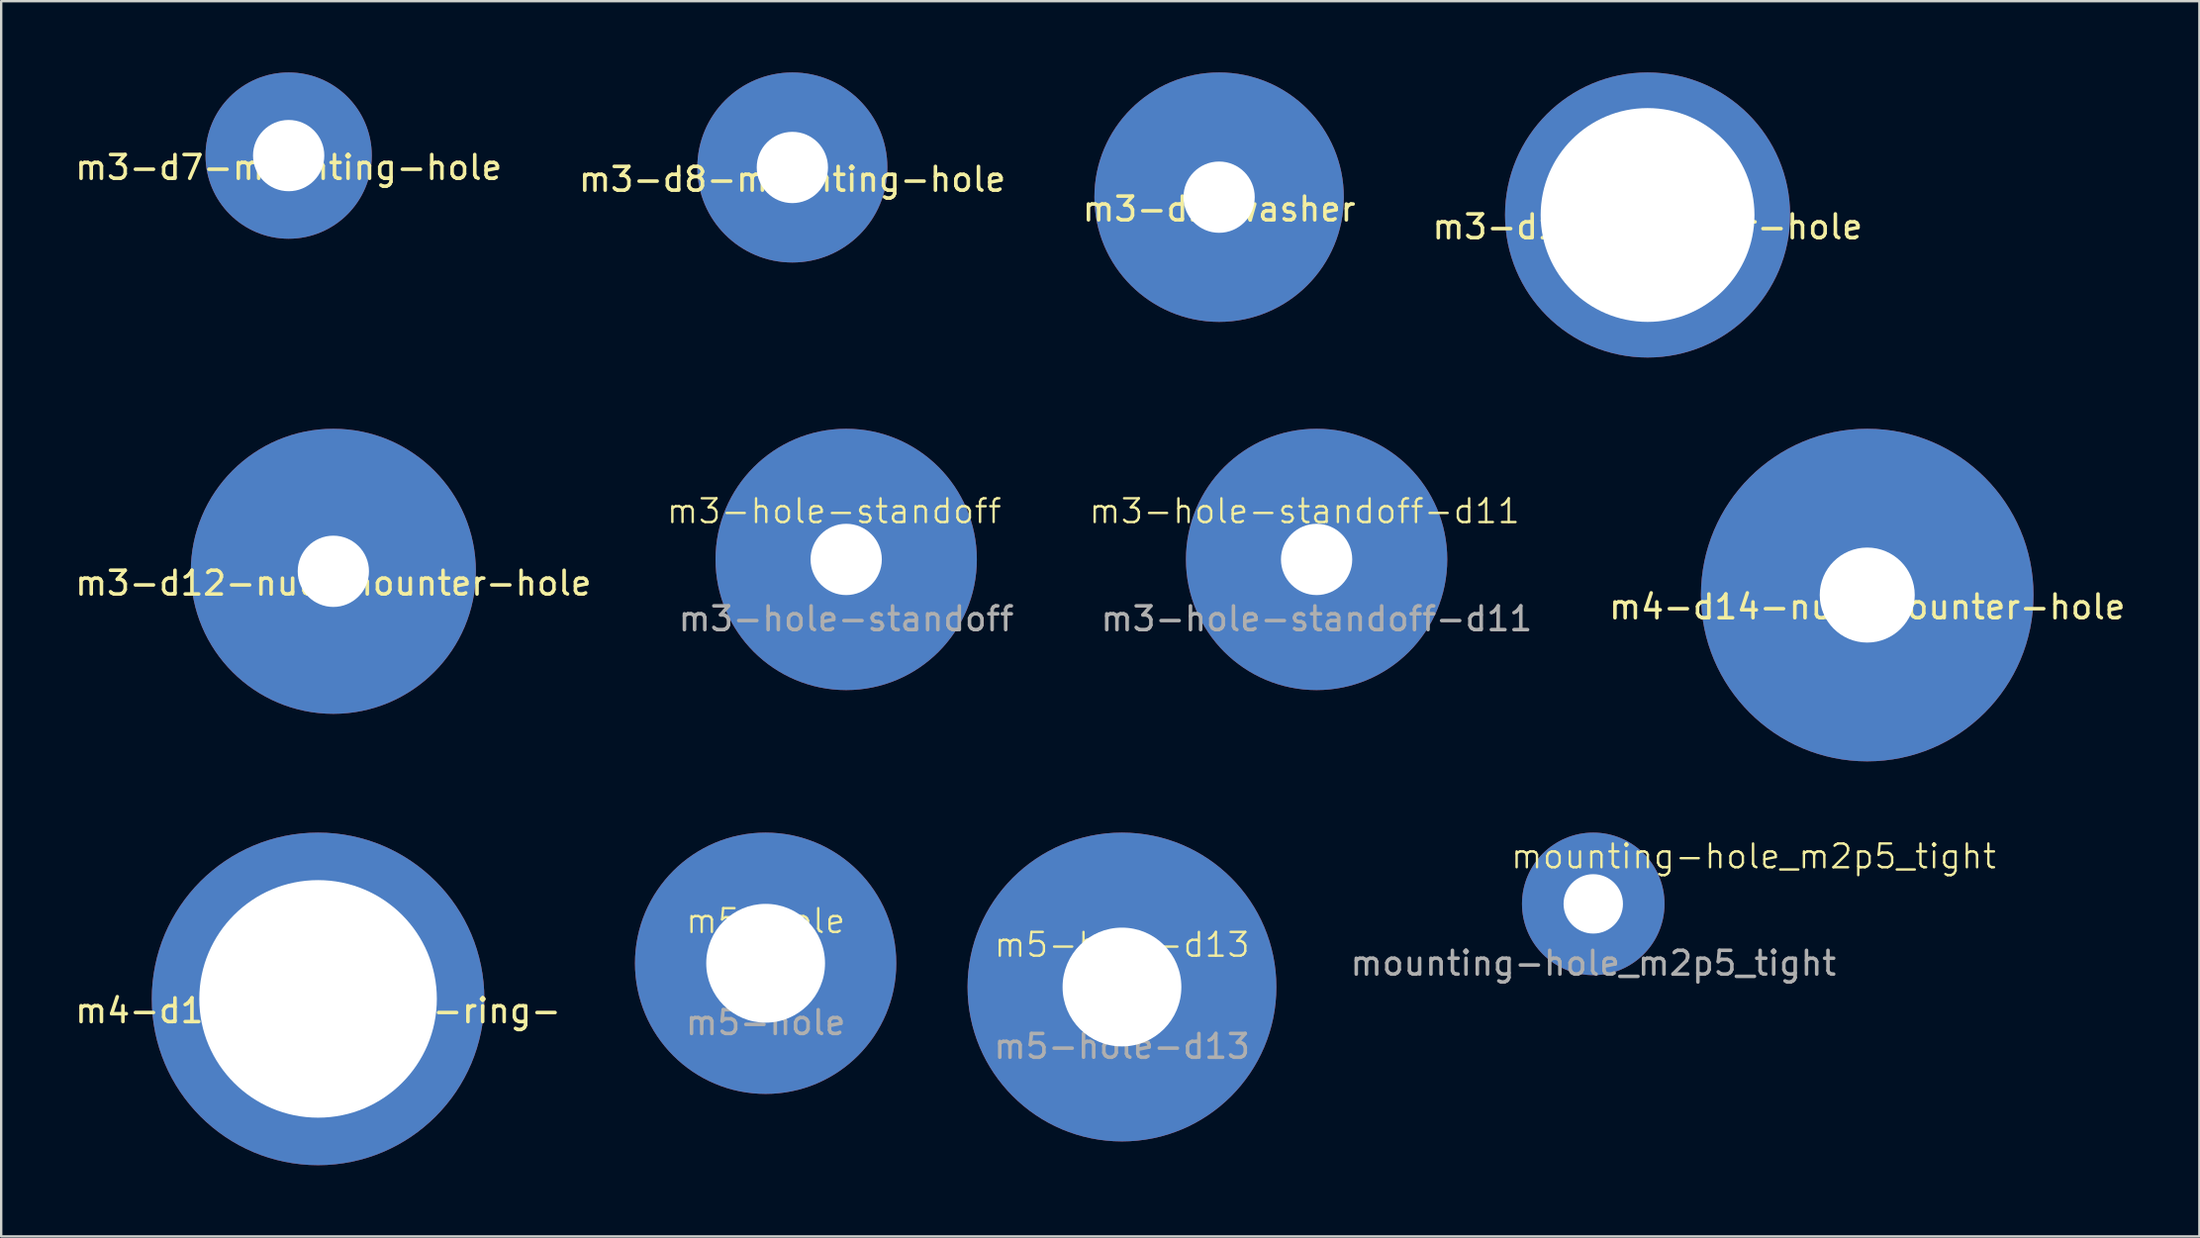
<source format=kicad_pcb>
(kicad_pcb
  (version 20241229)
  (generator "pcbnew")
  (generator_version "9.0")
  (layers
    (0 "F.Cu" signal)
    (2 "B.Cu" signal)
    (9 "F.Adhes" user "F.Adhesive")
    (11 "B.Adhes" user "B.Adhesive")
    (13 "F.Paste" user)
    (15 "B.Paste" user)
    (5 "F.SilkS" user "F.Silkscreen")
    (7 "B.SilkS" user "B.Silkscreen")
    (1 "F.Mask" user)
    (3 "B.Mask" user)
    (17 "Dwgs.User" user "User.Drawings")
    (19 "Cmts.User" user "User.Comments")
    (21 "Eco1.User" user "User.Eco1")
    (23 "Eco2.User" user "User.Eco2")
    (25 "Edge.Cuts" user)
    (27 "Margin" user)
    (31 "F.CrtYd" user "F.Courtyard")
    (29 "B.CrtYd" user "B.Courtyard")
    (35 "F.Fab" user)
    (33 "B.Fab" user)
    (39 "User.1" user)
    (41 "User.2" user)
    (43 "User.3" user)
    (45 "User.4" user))
  (footprint "m3-d12-nut-mounter-hole"
    (layer "F.Cu")
    (at 10.982 21)
    (property "Reference" "m3-d12-nut-mounter-hole" (at 0 0.5 0) (layer "F.SilkS") (effects (font (size 1 1) (thickness 0.15))))
    (attr through_hole)
    (pad "1" thru_hole circle (at 0 0) (size 12 12) (drill 3) (layers "*.Cu" "*.Mask")))
  (footprint "m5-hole-d13"
    (layer "F.Cu")
    (at 44.179 38.5)
    (property "Reference" "m5-hole-d13" (at 0 -1.778 0) (unlocked yes) (layer "F.SilkS") (effects (font (size 1 1) (thickness 0.1))))
    (attr through_hole)
    (fp_text user "${REFERENCE}" (at 0 2.5 0) (unlocked yes) (layer "F.Fab") (effects (font (size 1 1) (thickness 0.15))))
    (pad "1" thru_hole circle (at 0 0) (size 13 13) (drill 5) (layers "*.Cu" "*.Mask")))
  (footprint "m4-d14-nut-outer-ring-"
    (layer "F.Cu")
    (at 10.339 39)
    (property "Reference" "m4-d14-nut-outer-ring-" (at 0 0.5 0) (layer "F.SilkS") (effects (font (size 1 1) (thickness 0.15))))
    (attr through_hole)
    (pad "1" thru_hole circle (at 0 0) (size 14 14) (drill 10) (layers "*.Cu" "*.Mask")))
  (footprint "m3-d12-mounter-hole"
    (layer "F.Cu")
    (at 66.304 6)
    (property "Reference" "m3-d12-mounter-hole" (at 0 0.5 0) (layer "F.SilkS") (effects (font (size 1 1) (thickness 0.15))))
    (attr through_hole)
    (pad "1" thru_hole circle (at 0 0) (size 12 12) (drill 9) (layers "*.Cu" "*.Mask")))
  (footprint "m5-hole"
    (layer "F.Cu")
    (at 29.179 37.5)
    (property "Reference" "m5-hole" (at 0 -1.778 0) (unlocked yes) (layer "F.SilkS") (effects (font (size 1 1) (thickness 0.1))))
    (attr through_hole)
    (fp_text user "${REFERENCE}" (at 0 2.5 0) (unlocked yes) (layer "F.Fab") (effects (font (size 1 1) (thickness 0.15))))
    (pad "1" thru_hole circle (at 0 0) (size 11 11) (drill 5) (layers "*.Cu" "*.Mask")))
  (footprint "m3-hole-standoff-d11"
    (layer "F.Cu")
    (at 52.372 20.5)
    (property "Reference" "m3-hole-standoff-d11" (at -0.508 -2.032 0) (unlocked yes) (layer "F.SilkS") (effects (font (size 1 1) (thickness 0.1))))
    (attr through_hole)
    (fp_text user "${REFERENCE}" (at 0 2.5 0) (unlocked yes) (layer "F.Fab") (effects (font (size 1 1) (thickness 0.15))))
    (pad "1" thru_hole circle (at 0 0) (size 11 11) (drill 3) (layers "*.Cu" "*.Mask")))
  (footprint "m3-d10washer"
    (layer "F.Cu")
    (at 48.268 5.25)
    (property "Reference" "m3-d10washer" (at 0 0.5 0) (layer "F.SilkS") (effects (font (size 1 1) (thickness 0.15))))
    (attr through_hole)
    (pad "1" thru_hole circle (at 0 0) (size 10.5 10.5) (drill 3) (layers "*.Cu" "*.Mask")))
  (footprint "mounting-hole_m2p5_tight"
    (layer "F.Cu")
    (at 64.018 35)
    (property "Reference" "mounting-hole_m2p5_tight" (at 6.75 -2 0) (unlocked yes) (layer "F.SilkS") (effects (font (size 1 1) (thickness 0.1))))
    (attr smd)
    (fp_text user "${REFERENCE}" (at 0 2.5 0) (unlocked yes) (layer "F.Fab") (effects (font (size 1 1) (thickness 0.15))))
    (pad "1" thru_hole circle (at 0 0) (size 6 6) (drill 2.5) (layers "*.Cu" "*.Mask")))
  (footprint "m3-d8-mounting-hole"
    (layer "F.Cu")
    (at 30.304 4)
    (property "Reference" "m3-d8-mounting-hole" (at 0 0.5 0) (layer "F.SilkS") (effects (font (size 1 1) (thickness 0.15))))
    (attr through_hole)
    (pad "1" thru_hole circle (at 0 0) (size 8 8) (drill 3) (layers "*.Cu" "*.Mask")))
  (footprint "m3-hole-standoff"
    (layer "F.Cu")
    (at 32.57 20.5)
    (property "Reference" "m3-hole-standoff" (at -0.508 -2.032 0) (unlocked yes) (layer "F.SilkS") (effects (font (size 1 1) (thickness 0.1))))
    (attr through_hole)
    (fp_text user "${REFERENCE}" (at 0 2.5 0) (unlocked yes) (layer "F.Fab") (effects (font (size 1 1) (thickness 0.15))))
    (pad "1" thru_hole circle (at 0 0) (size 11 11) (drill 3) (layers "*.Cu" "*.Mask")))
  (footprint "m3-d7-mounting-hole"
    (layer "F.Cu")
    (at 9.101 3.5)
    (property "Reference" "m3-d7-mounting-hole" (at 0 0.5 0) (layer "F.SilkS") (effects (font (size 1 1) (thickness 0.15))))
    (attr through_hole)
    (pad "1" thru_hole circle (at 0 0) (size 7 7) (drill 3) (layers "*.Cu" "*.Mask")))
  (footprint "m4-d14-nut-mounter-hole"
    (layer "F.Cu")
    (at 75.551 22)
    (property "Reference" "m4-d14-nut-mounter-hole" (at 0 0.5 0) (layer "F.SilkS") (effects (font (size 1 1) (thickness 0.15))))
    (attr through_hole)
    (pad "1" thru_hole circle (at 0 0) (size 14 14) (drill 4) (layers "*.Cu" "*.Mask")))
  (gr_rect
    (start -3 -3)
    (end 89.533 49)
    (stroke (width 0.1) (type default))
    (fill no)
    (layer "Edge.Cuts")))
</source>
